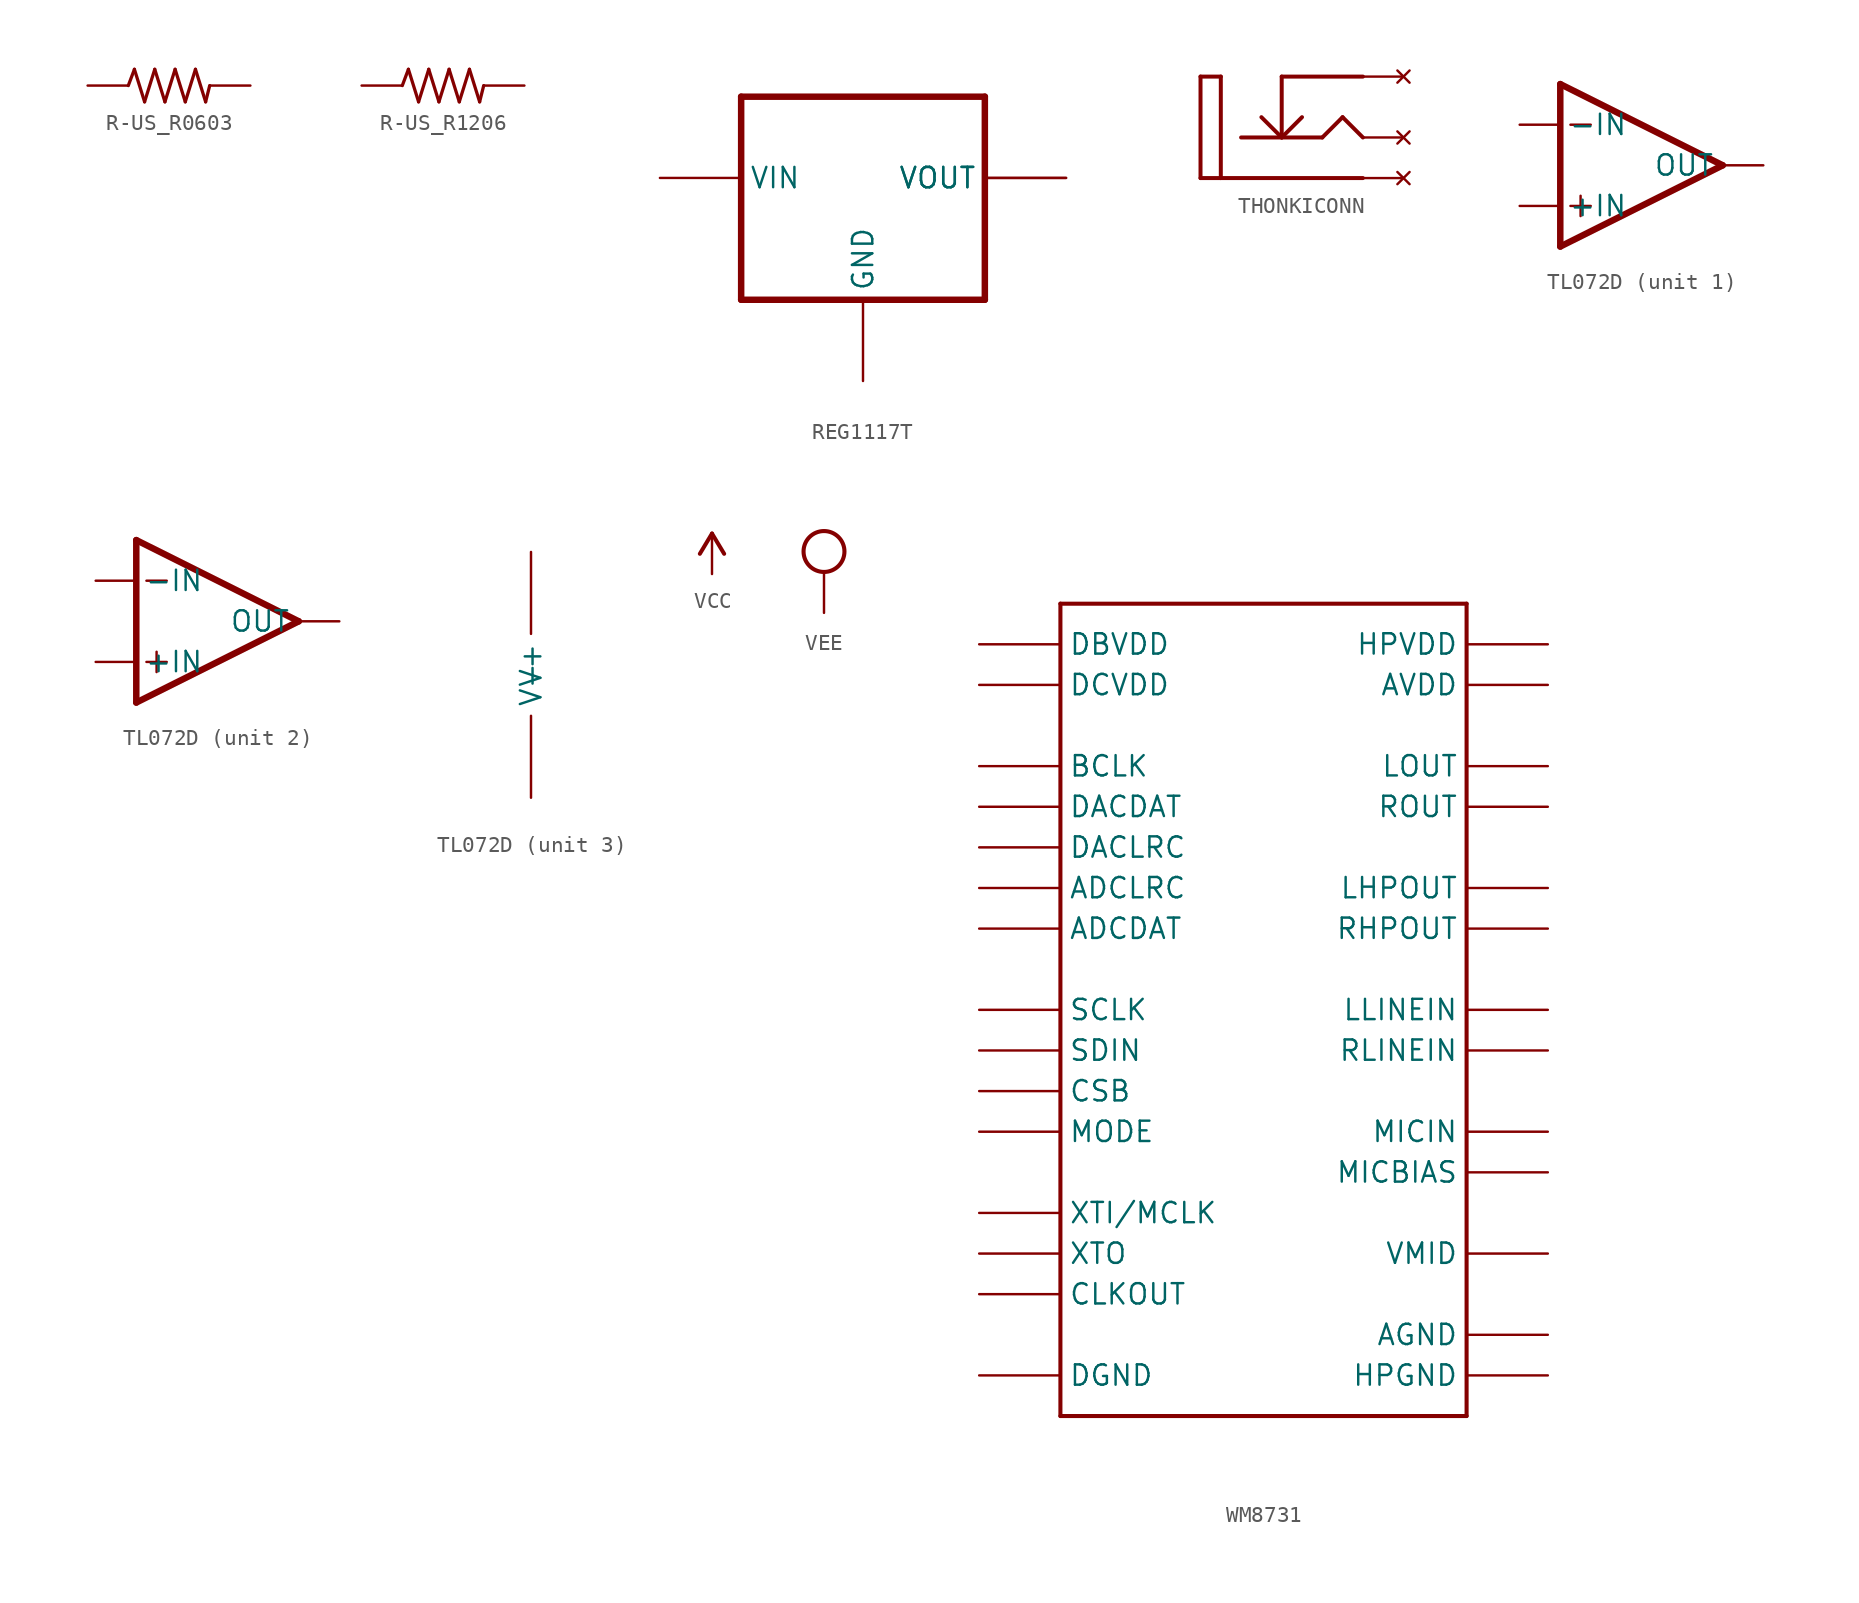
<source format=kicad_sym>
(kicad_symbol_lib
  (version 20231120)
  (generator "kicad_symbol_editor")
  (generator_version "8.0")
  (symbol "R-US_R0603"
    (property "Reference" "R"
      (at 0 0 0)
      (effects (font (size 1.27 1.27)) (hide yes)))
    (property "ki_locked" ""
      (at 0 0 0)
      (effects (font (size 1.27 1.27))))
    (symbol "R-US_R0603_1_0"
      (polyline (pts (xy -2.54 0) (xy -2.159 1.016)) (stroke (width 0.203) (type solid)) (fill (type none)))
      (polyline (pts (xy -2.159 1.016) (xy -1.524 -1.016)) (stroke (width 0.203) (type solid)) (fill (type none)))
      (polyline (pts (xy -1.524 -1.016) (xy -0.889 1.016)) (stroke (width 0.203) (type solid)) (fill (type none)))
      (polyline (pts (xy -0.889 1.016) (xy -0.254 -1.016)) (stroke (width 0.203) (type solid)) (fill (type none)))
      (polyline (pts (xy -0.254 -1.016) (xy 0.381 1.016)) (stroke (width 0.203) (type solid)) (fill (type none)))
      (polyline (pts (xy 0.381 1.016) (xy 1.016 -1.016)) (stroke (width 0.203) (type solid)) (fill (type none)))
      (polyline (pts (xy 1.016 -1.016) (xy 1.651 1.016)) (stroke (width 0.203) (type solid)) (fill (type none)))
      (polyline (pts (xy 1.651 1.016) (xy 2.286 -1.016)) (stroke (width 0.203) (type solid)) (fill (type none)))
      (polyline (pts (xy 2.286 -1.016) (xy 2.54 0)) (stroke (width 0.203) (type solid)) (fill (type none)))
      (pin passive line (at -5.08 0 0) (length 2.54) (name "1" (effects (font (size 0 0)))) (number "1" (effects (font (size 0 0)))))
      (pin passive line (at 5.08 0 180) (length 2.54) (name "2" (effects (font (size 0 0)))) (number "2" (effects (font (size 0 0)))))))
  (symbol "R-US_R1206"
    (property "Reference" "R"
      (at 0 0 0)
      (effects (font (size 1.27 1.27)) (hide yes)))
    (property "ki_locked" ""
      (at 0 0 0)
      (effects (font (size 1.27 1.27))))
    (symbol "R-US_R1206_1_0"
      (polyline (pts (xy -2.54 0) (xy -2.159 1.016)) (stroke (width 0.203) (type solid)) (fill (type none)))
      (polyline (pts (xy -2.159 1.016) (xy -1.524 -1.016)) (stroke (width 0.203) (type solid)) (fill (type none)))
      (polyline (pts (xy -1.524 -1.016) (xy -0.889 1.016)) (stroke (width 0.203) (type solid)) (fill (type none)))
      (polyline (pts (xy -0.889 1.016) (xy -0.254 -1.016)) (stroke (width 0.203) (type solid)) (fill (type none)))
      (polyline (pts (xy -0.254 -1.016) (xy 0.381 1.016)) (stroke (width 0.203) (type solid)) (fill (type none)))
      (polyline (pts (xy 0.381 1.016) (xy 1.016 -1.016)) (stroke (width 0.203) (type solid)) (fill (type none)))
      (polyline (pts (xy 1.016 -1.016) (xy 1.651 1.016)) (stroke (width 0.203) (type solid)) (fill (type none)))
      (polyline (pts (xy 1.651 1.016) (xy 2.286 -1.016)) (stroke (width 0.203) (type solid)) (fill (type none)))
      (polyline (pts (xy 2.286 -1.016) (xy 2.54 0)) (stroke (width 0.203) (type solid)) (fill (type none)))
      (pin passive line (at -5.08 0 0) (length 2.54) (name "1" (effects (font (size 0 0)))) (number "1" (effects (font (size 0 0)))))
      (pin passive line (at 5.08 0 180) (length 2.54) (name "2" (effects (font (size 0 0)))) (number "2" (effects (font (size 0 0)))))))
  (symbol "REG1117T"
    (property "Reference" "IC"
      (at 0 0 0)
      (effects (font (size 1.27 1.27)) (hide yes)))
    (property "ki_locked" ""
      (at 0 0 0)
      (effects (font (size 1.27 1.27))))
    (symbol "REG1117T_1_0"
      (polyline (pts (xy -7.62 -6.35) (xy 7.62 -6.35)) (stroke (width 0.406) (type solid)) (fill (type none)))
      (polyline (pts (xy -7.62 6.35) (xy -7.62 -6.35)) (stroke (width 0.406) (type solid)) (fill (type none)))
      (polyline (pts (xy 7.62 -6.35) (xy 7.62 6.35)) (stroke (width 0.406) (type solid)) (fill (type none)))
      (polyline (pts (xy 7.62 6.35) (xy -7.62 6.35)) (stroke (width 0.406) (type solid)) (fill (type none)))
      (pin power_in line (at 0 -11.43 90) (length 5.08) (name "GND" (effects (font (size 1.27 1.27)))) (number "1" (effects (font (size 0 0)))))
      (pin output line (at 12.7 1.27 180) (length 5.08) (name "VOUT" (effects (font (size 1.27 1.27)))) (number "2" (effects (font (size 0 0)))))
      (pin input line (at -12.7 1.27 0) (length 5.08) (name "VIN" (effects (font (size 1.27 1.27)))) (number "3" (effects (font (size 0 0)))))
      (pin output line (at 12.7 1.27 180) (length 5.08) (name "VOUT" (effects (font (size 1.27 1.27)))) (number "4" (effects (font (size 0 0)))))))
  (symbol "THONKICONN"
    (property "Reference" "J"
      (at 0 0 0)
      (effects (font (size 1.27 1.27)) (hide yes)))
    (property "ki_locked" ""
      (at 0 0 0)
      (effects (font (size 1.27 1.27))))
    (symbol "THONKICONN_1_0"
      (polyline (pts (xy -5.08 -3.175) (xy -5.08 3.175)) (stroke (width 0.25) (type solid)) (fill (type none)))
      (polyline (pts (xy -5.08 3.175) (xy -3.81 3.175)) (stroke (width 0.25) (type solid)) (fill (type none)))
      (polyline (pts (xy -3.81 -3.175) (xy -5.08 -3.175)) (stroke (width 0.25) (type solid)) (fill (type none)))
      (polyline (pts (xy -3.81 -3.175) (xy 5.08 -3.175)) (stroke (width 0.25) (type solid)) (fill (type none)))
      (polyline (pts (xy -3.81 3.175) (xy -3.81 -3.175)) (stroke (width 0.25) (type solid)) (fill (type none)))
      (polyline (pts (xy -1.27 0.635) (xy 0 -0.635)) (stroke (width 0.25) (type solid)) (fill (type none)))
      (polyline (pts (xy 0 -0.635) (xy 0 3.175)) (stroke (width 0.25) (type solid)) (fill (type none)))
      (polyline (pts (xy 1.27 0.635) (xy 0 -0.635)) (stroke (width 0.25) (type solid)) (fill (type none)))
      (polyline (pts (xy 2.54 -0.635) (xy -2.54 -0.635)) (stroke (width 0.25) (type solid)) (fill (type none)))
      (polyline (pts (xy 3.81 0.635) (xy 2.54 -0.635)) (stroke (width 0.25) (type solid)) (fill (type none)))
      (polyline (pts (xy 5.08 -0.635) (xy 3.81 0.635)) (stroke (width 0.25) (type solid)) (fill (type none)))
      (polyline (pts (xy 5.08 3.175) (xy 0 3.175)) (stroke (width 0.25) (type solid)) (fill (type none)))
      (pin no_connect line (at 7.62 3.175 180) (length 2.54) (name "TN" (effects (font (size 0 0)))) (number "1" (effects (font (size 0 0)))))
      (pin no_connect line (at 7.62 -0.635 180) (length 2.54) (name "Tip" (effects (font (size 0 0)))) (number "2" (effects (font (size 0 0)))))
      (pin no_connect line (at 7.62 -3.175 180) (length 2.54) (name "GND" (effects (font (size 0 0)))) (number "3" (effects (font (size 0 0)))))))
  (symbol "TL072D"
    (property "Reference" "IC"
      (at 0 0 0)
      (effects (font (size 1.27 1.27)) (hide yes)))
    (property "ki_locked" ""
      (at 0 0 0)
      (effects (font (size 1.27 1.27))))
    (symbol "TL072D_1_0"
      (polyline (pts (xy -5.08 -5.08) (xy -5.08 5.08)) (stroke (width 0.406) (type solid)) (fill (type none)))
      (polyline (pts (xy -5.08 5.08) (xy 5.08 0)) (stroke (width 0.406) (type solid)) (fill (type none)))
      (polyline (pts (xy -4.445 -2.54) (xy -3.175 -2.54)) (stroke (width 0.152) (type solid)) (fill (type none)))
      (polyline (pts (xy -4.445 2.54) (xy -3.175 2.54)) (stroke (width 0.152) (type solid)) (fill (type none)))
      (polyline (pts (xy -3.81 -3.175) (xy -3.81 -1.905)) (stroke (width 0.152) (type solid)) (fill (type none)))
      (polyline (pts (xy 5.08 0) (xy -5.08 -5.08)) (stroke (width 0.406) (type solid)) (fill (type none)))
      (pin output line (at 7.62 0 180) (length 2.54) (name "OUT" (effects (font (size 1.27 1.27)))) (number "1" (effects (font (size 0 0)))))
      (pin input line (at -7.62 2.54 0) (length 2.54) (name "-IN" (effects (font (size 1.27 1.27)))) (number "2" (effects (font (size 0 0)))))
      (pin input line (at -7.62 -2.54 0) (length 2.54) (name "+IN" (effects (font (size 1.27 1.27)))) (number "3" (effects (font (size 0 0))))))
    (symbol "TL072D_2_0"
      (polyline (pts (xy -5.08 -5.08) (xy -5.08 5.08)) (stroke (width 0.406) (type solid)) (fill (type none)))
      (polyline (pts (xy -5.08 5.08) (xy 5.08 0)) (stroke (width 0.406) (type solid)) (fill (type none)))
      (polyline (pts (xy -4.445 -2.54) (xy -3.175 -2.54)) (stroke (width 0.152) (type solid)) (fill (type none)))
      (polyline (pts (xy -4.445 2.54) (xy -3.175 2.54)) (stroke (width 0.152) (type solid)) (fill (type none)))
      (polyline (pts (xy -3.81 -3.175) (xy -3.81 -1.905)) (stroke (width 0.152) (type solid)) (fill (type none)))
      (polyline (pts (xy 5.08 0) (xy -5.08 -5.08)) (stroke (width 0.406) (type solid)) (fill (type none)))
      (pin input line (at -7.62 -2.54 0) (length 2.54) (name "+IN" (effects (font (size 1.27 1.27)))) (number "5" (effects (font (size 0 0)))))
      (pin input line (at -7.62 2.54 0) (length 2.54) (name "-IN" (effects (font (size 1.27 1.27)))) (number "6" (effects (font (size 0 0)))))
      (pin output line (at 7.62 0 180) (length 2.54) (name "OUT" (effects (font (size 1.27 1.27)))) (number "7" (effects (font (size 0 0))))))
    (symbol "TL072D_3_0"
      (pin power_in line (at 0 -7.62 90) (length 5.08) (name "V-" (effects (font (size 1.27 1.27)))) (number "4" (effects (font (size 0 0)))))
      (pin power_in line (at 0 7.62 270) (length 5.08) (name "V+" (effects (font (size 1.27 1.27)))) (number "8" (effects (font (size 0 0)))))))
  (symbol "VCC"
    (power)
    (property "Reference" "#P+"
      (at 0 0 0)
      (effects (font (size 1.27 1.27)) (hide yes)))
    (property "ki_locked" ""
      (at 0 0 0)
      (effects (font (size 1.27 1.27))))
    (symbol "VCC_1_0"
      (polyline (pts (xy 0 0.635) (xy -0.762 -0.635)) (stroke (width 0.254) (type solid)) (fill (type none)))
      (polyline (pts (xy 0.762 -0.635) (xy 0 0.635)) (stroke (width 0.254) (type solid)) (fill (type none)))
      (pin power_in line (at 0 -1.905 90) (length 2.54) (name "VCC" (effects (font (size 0 0)))) (number "1" (effects (font (size 0 0)))))))
  (symbol "VEE"
    (power)
    (property "Reference" "#SUPPLY"
      (at 0 0 0)
      (effects (font (size 1.27 1.27)) (hide yes)))
    (property "ki_locked" ""
      (at 0 0 0)
      (effects (font (size 1.27 1.27))))
    (symbol "VEE_1_0"
      (circle (center 0 0) (radius 1.27) (stroke (width 0.254) (type solid)) (fill (type none)))
      (pin power_in line (at 0 -3.81 90) (length 2.54) (name "VEE" (effects (font (size 0 0)))) (number "1" (effects (font (size 0 0)))))))
  (symbol "WM8731"
    (property "Reference" "IC"
      (at 0 0 0)
      (effects (font (size 1.27 1.27)) (hide yes)))
    (property "ki_locked" ""
      (at 0 0 0)
      (effects (font (size 1.27 1.27))))
    (symbol "WM8731_1_0"
      (polyline (pts (xy -12.7 -25.4) (xy 12.7 -25.4)) (stroke (width 0.254) (type solid)) (fill (type none)))
      (polyline (pts (xy -12.7 25.4) (xy -12.7 -25.4)) (stroke (width 0.254) (type solid)) (fill (type none)))
      (polyline (pts (xy 12.7 -25.4) (xy 12.7 25.4)) (stroke (width 0.254) (type solid)) (fill (type none)))
      (polyline (pts (xy 12.7 25.4) (xy -12.7 25.4)) (stroke (width 0.254) (type solid)) (fill (type none)))
      (pin bidirectional line (at -17.78 22.86 0) (length 5.08) (name "DBVDD" (effects (font (size 1.27 1.27)))) (number "1" (effects (font (size 0 0)))))
      (pin bidirectional line (at 17.78 5.08 180) (length 5.08) (name "RHPOUT" (effects (font (size 1.27 1.27)))) (number "10" (effects (font (size 0 0)))))
      (pin bidirectional line (at 17.78 -22.86 180) (length 5.08) (name "HPGND" (effects (font (size 1.27 1.27)))) (number "11" (effects (font (size 0 0)))))
      (pin bidirectional line (at 17.78 15.24 180) (length 5.08) (name "LOUT" (effects (font (size 1.27 1.27)))) (number "12" (effects (font (size 0 0)))))
      (pin bidirectional line (at 17.78 12.7 180) (length 5.08) (name "ROUT" (effects (font (size 1.27 1.27)))) (number "13" (effects (font (size 0 0)))))
      (pin bidirectional line (at 17.78 20.32 180) (length 5.08) (name "AVDD" (effects (font (size 1.27 1.27)))) (number "14" (effects (font (size 0 0)))))
      (pin bidirectional line (at 17.78 -20.32 180) (length 5.08) (name "AGND" (effects (font (size 1.27 1.27)))) (number "15" (effects (font (size 0 0)))))
      (pin bidirectional line (at 17.78 -15.24 180) (length 5.08) (name "VMID" (effects (font (size 1.27 1.27)))) (number "16" (effects (font (size 0 0)))))
      (pin bidirectional line (at 17.78 -10.16 180) (length 5.08) (name "MICBIAS" (effects (font (size 1.27 1.27)))) (number "17" (effects (font (size 0 0)))))
      (pin bidirectional line (at 17.78 -7.62 180) (length 5.08) (name "MICIN" (effects (font (size 1.27 1.27)))) (number "18" (effects (font (size 0 0)))))
      (pin bidirectional line (at 17.78 -2.54 180) (length 5.08) (name "RLINEIN" (effects (font (size 1.27 1.27)))) (number "19" (effects (font (size 0 0)))))
      (pin bidirectional line (at -17.78 -17.78 0) (length 5.08) (name "CLKOUT" (effects (font (size 1.27 1.27)))) (number "2" (effects (font (size 0 0)))))
      (pin bidirectional line (at 17.78 0 180) (length 5.08) (name "LLINEIN" (effects (font (size 1.27 1.27)))) (number "20" (effects (font (size 0 0)))))
      (pin bidirectional line (at -17.78 -7.62 0) (length 5.08) (name "MODE" (effects (font (size 1.27 1.27)))) (number "21" (effects (font (size 0 0)))))
      (pin bidirectional line (at -17.78 -5.08 0) (length 5.08) (name "CSB" (effects (font (size 1.27 1.27)))) (number "22" (effects (font (size 0 0)))))
      (pin bidirectional line (at -17.78 -2.54 0) (length 5.08) (name "SDIN" (effects (font (size 1.27 1.27)))) (number "23" (effects (font (size 0 0)))))
      (pin bidirectional line (at -17.78 0 0) (length 5.08) (name "SCLK" (effects (font (size 1.27 1.27)))) (number "24" (effects (font (size 0 0)))))
      (pin bidirectional line (at -17.78 -12.7 0) (length 5.08) (name "XTI/MCLK" (effects (font (size 1.27 1.27)))) (number "25" (effects (font (size 0 0)))))
      (pin bidirectional line (at -17.78 -15.24 0) (length 5.08) (name "XTO" (effects (font (size 1.27 1.27)))) (number "26" (effects (font (size 0 0)))))
      (pin bidirectional line (at -17.78 20.32 0) (length 5.08) (name "DCVDD" (effects (font (size 1.27 1.27)))) (number "27" (effects (font (size 0 0)))))
      (pin bidirectional line (at -17.78 -22.86 0) (length 5.08) (name "DGND" (effects (font (size 1.27 1.27)))) (number "28" (effects (font (size 0 0)))))
      (pin bidirectional line (at -17.78 15.24 0) (length 5.08) (name "BCLK" (effects (font (size 1.27 1.27)))) (number "3" (effects (font (size 0 0)))))
      (pin bidirectional line (at -17.78 12.7 0) (length 5.08) (name "DACDAT" (effects (font (size 1.27 1.27)))) (number "4" (effects (font (size 0 0)))))
      (pin bidirectional line (at -17.78 10.16 0) (length 5.08) (name "DACLRC" (effects (font (size 1.27 1.27)))) (number "5" (effects (font (size 0 0)))))
      (pin bidirectional line (at -17.78 5.08 0) (length 5.08) (name "ADCDAT" (effects (font (size 1.27 1.27)))) (number "6" (effects (font (size 0 0)))))
      (pin bidirectional line (at -17.78 7.62 0) (length 5.08) (name "ADCLRC" (effects (font (size 1.27 1.27)))) (number "7" (effects (font (size 0 0)))))
      (pin bidirectional line (at 17.78 22.86 180) (length 5.08) (name "HPVDD" (effects (font (size 1.27 1.27)))) (number "8" (effects (font (size 0 0)))))
      (pin bidirectional line (at 17.78 7.62 180) (length 5.08) (name "LHPOUT" (effects (font (size 1.27 1.27)))) (number "9" (effects (font (size 0 0))))))))
</source>
